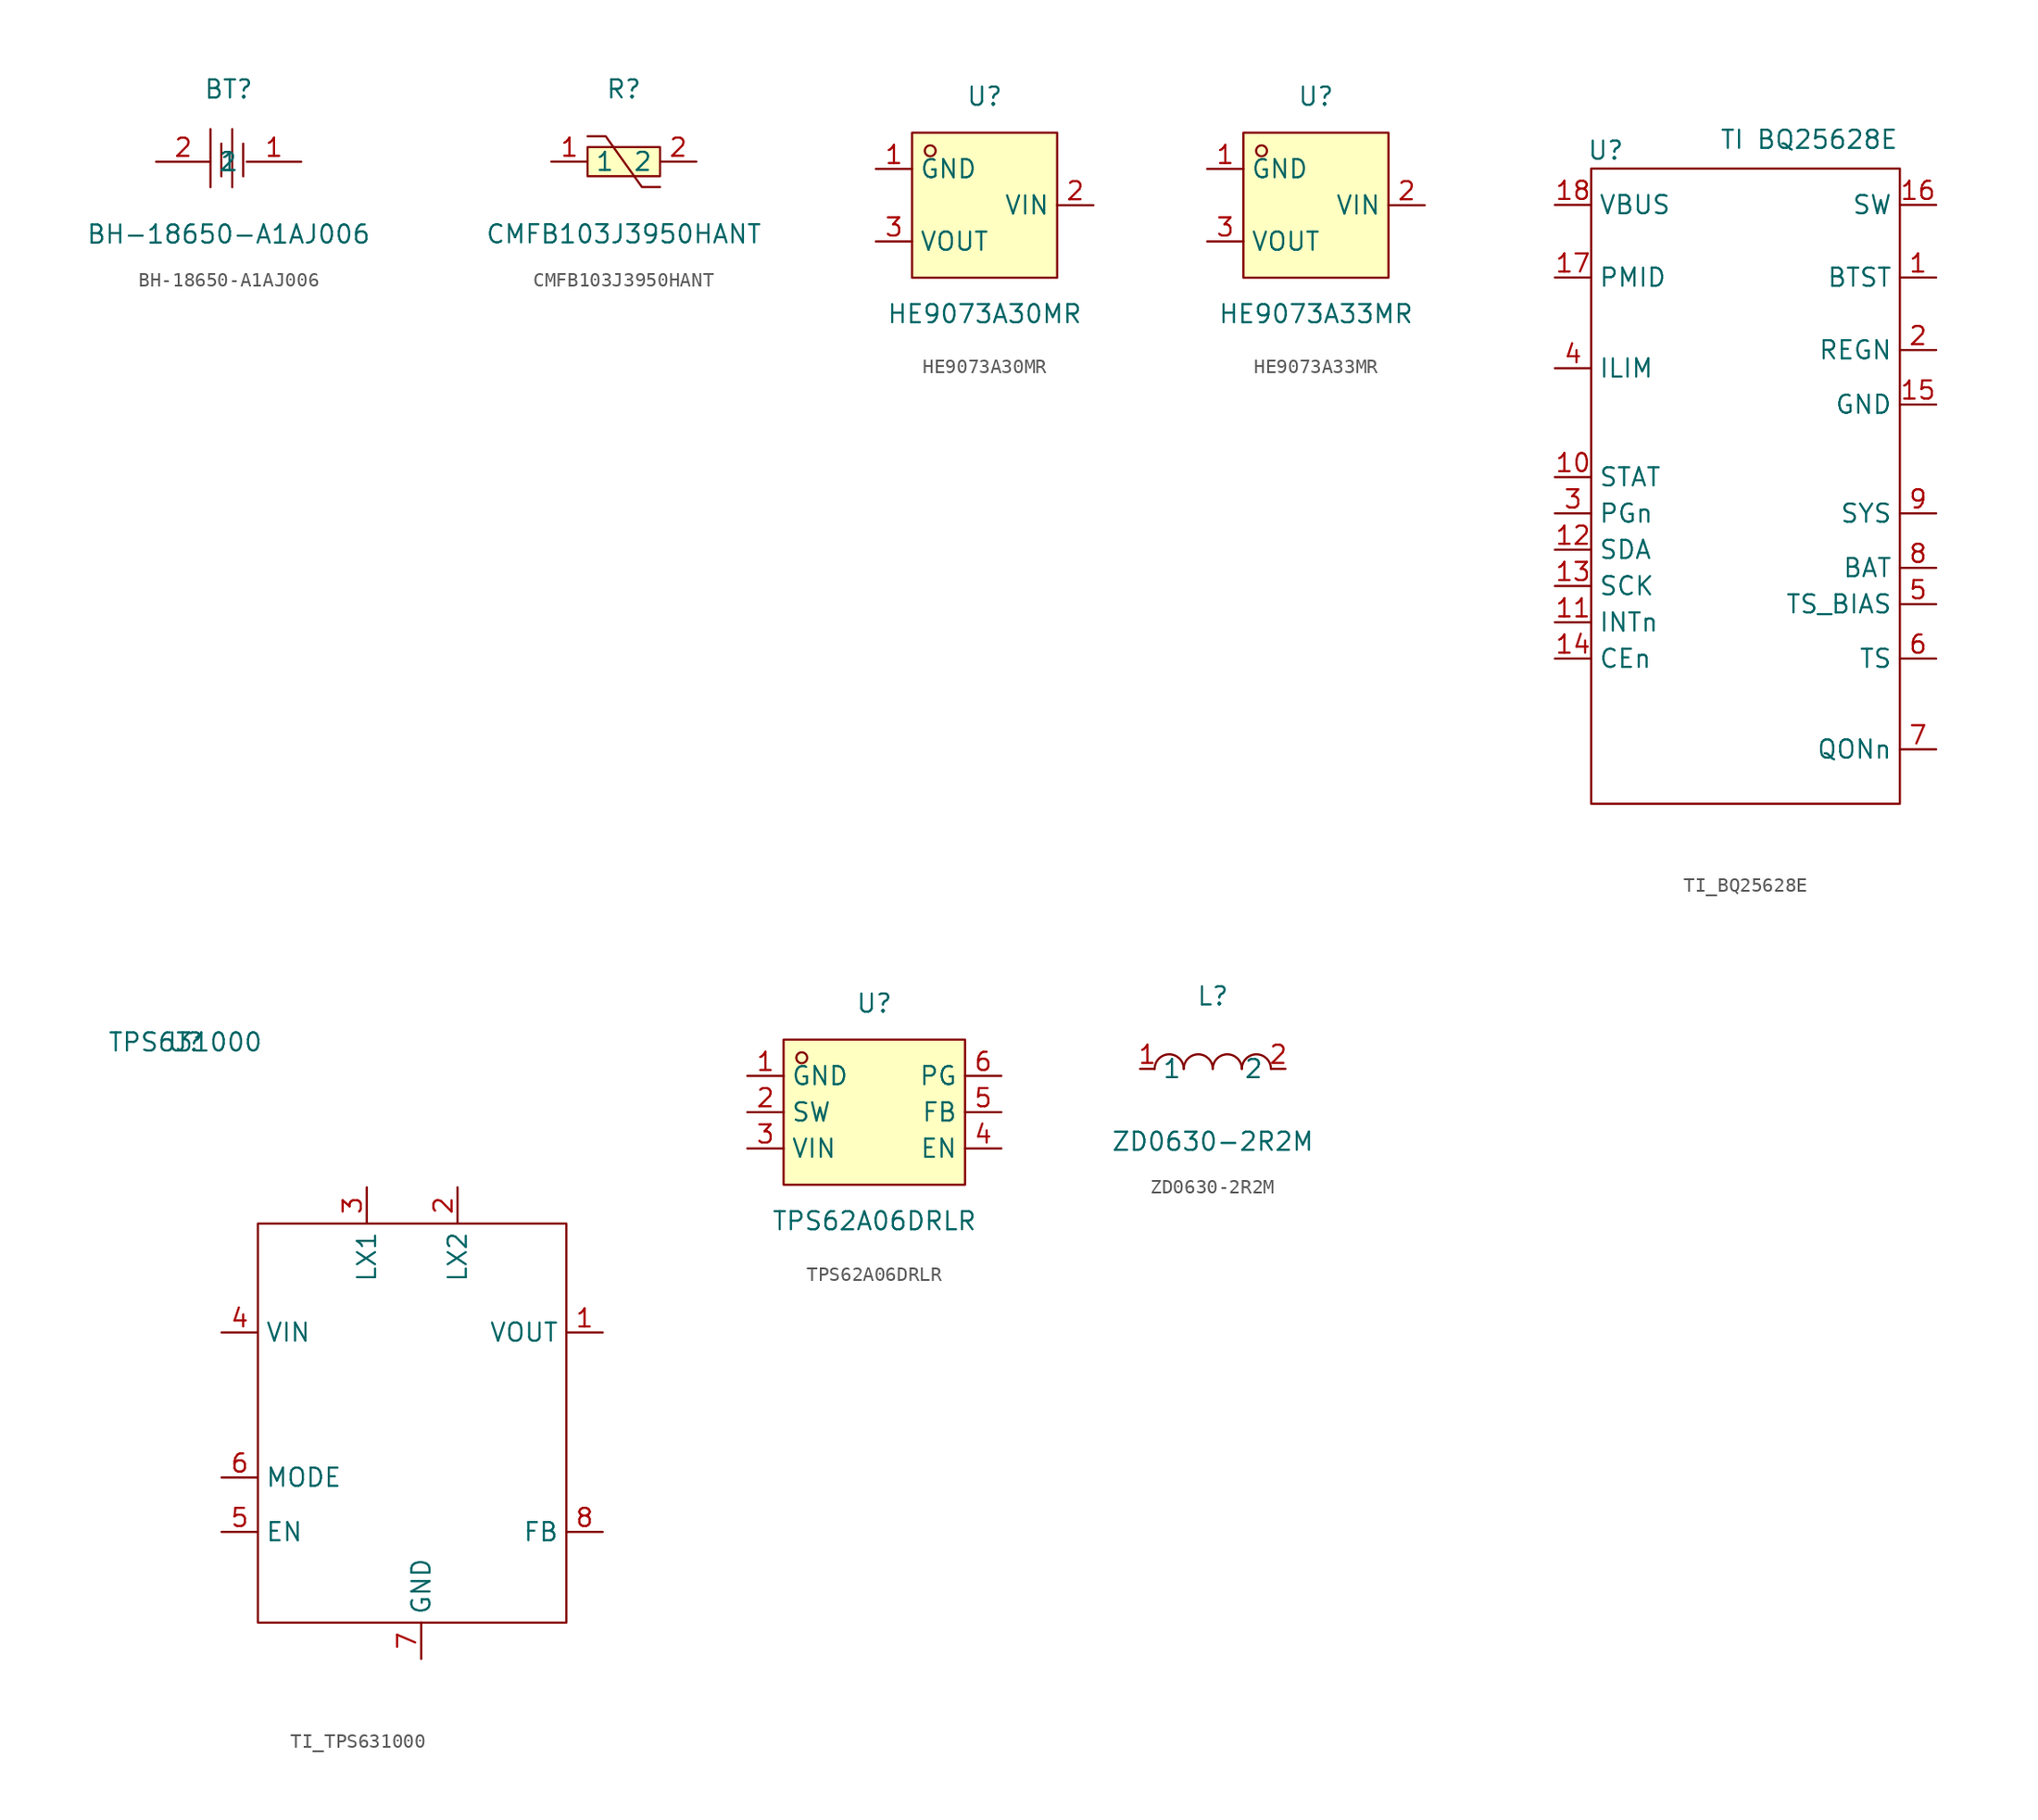
<source format=kicad_sym>
(kicad_symbol_lib
  (version 20241209)
  (generator "kicad_symbol_editor")
  (generator_version "9.0")
  (symbol "BH-18650-A1AJ006"
    (property "Reference" "BT"
      (at 0 5.08 0)
      (effects (font (size 1.27 1.27))))
    (property "Value" "BH-18650-A1AJ006"
      (at 0 -5.08 0)
      (effects (font (size 1.27 1.27))))
    (symbol "BH-18650-A1AJ006_0_1"
      (polyline (pts (xy -1.27 2.29) (xy -1.27 -1.78)) (stroke (width 0) (type default)) (fill (type none)))
      (polyline (pts (xy -0.51 1.27) (xy -0.51 -1.02)) (stroke (width 0) (type default)) (fill (type none)))
      (polyline (pts (xy 0.25 2.29) (xy 0.25 -1.78)) (stroke (width 0) (type default)) (fill (type none)))
      (polyline (pts (xy 1.02 1.27) (xy 1.02 -1.02)) (stroke (width 0) (type default)) (fill (type none)))
      (pin input line (at -5.08 0 0) (length 3.81) (name "2" (effects (font (size 1.27 1.27)))) (number "2" (effects (font (size 1.27 1.27)))))
      (pin input line (at 5.08 0 180) (length 3.81) (name "1" (effects (font (size 1.27 1.27)))) (number "1" (effects (font (size 1.27 1.27)))))))
  (symbol "CMFB103J3950HANT"
    (property "Reference" "R"
      (at 0 5.08 0)
      (effects (font (size 1.27 1.27))))
    (property "Value" "CMFB103J3950HANT"
      (at 0 -5.08 0)
      (effects (font (size 1.27 1.27))))
    (symbol "CMFB103J3950HANT_0_1"
      (polyline (pts (xy -2.54 1.78) (xy -1.27 1.78) (xy 1.27 -1.78) (xy 2.54 -1.78)) (stroke (width 0) (type default)) (fill (type none)))
      (rectangle (start -2.54 1.02) (end 2.54 -1.02) (stroke (width 0) (type default)) (fill (type background)))
      (pin unspecified line (at -5.08 0 0) (length 2.54) (name "1" (effects (font (size 1.27 1.27)))) (number "1" (effects (font (size 1.27 1.27)))))
      (pin unspecified line (at 5.08 0 180) (length 2.54) (name "2" (effects (font (size 1.27 1.27)))) (number "2" (effects (font (size 1.27 1.27)))))))
  (symbol "HE9073A30MR"
    (property "Reference" "U"
      (at 0 7.62 0)
      (effects (font (size 1.27 1.27))))
    (property "Value" "HE9073A30MR"
      (at 0 -7.62 0)
      (effects (font (size 1.27 1.27))))
    (symbol "HE9073A30MR_0_1"
      (rectangle (start -5.08 5.08) (end 5.08 -5.08) (stroke (width 0) (type default)) (fill (type background)))
      (circle (center -3.81 3.81) (radius 0.38) (stroke (width 0) (type default)) (fill (type none)))
      (pin unspecified line (at -7.62 2.54 0) (length 2.54) (name "GND" (effects (font (size 1.27 1.27)))) (number "1" (effects (font (size 1.27 1.27)))))
      (pin unspecified line (at -7.62 -2.54 0) (length 2.54) (name "VOUT" (effects (font (size 1.27 1.27)))) (number "3" (effects (font (size 1.27 1.27)))))
      (pin unspecified line (at 7.62 0 180) (length 2.54) (name "VIN" (effects (font (size 1.27 1.27)))) (number "2" (effects (font (size 1.27 1.27)))))))
  (symbol "HE9073A33MR"
    (property "Reference" "U"
      (at 0 7.62 0)
      (effects (font (size 1.27 1.27))))
    (property "Value" "HE9073A33MR"
      (at 0 -7.62 0)
      (effects (font (size 1.27 1.27))))
    (symbol "HE9073A33MR_0_1"
      (rectangle (start -5.08 5.08) (end 5.08 -5.08) (stroke (width 0) (type default)) (fill (type background)))
      (circle (center -3.81 3.81) (radius 0.38) (stroke (width 0) (type default)) (fill (type none)))
      (pin unspecified line (at -7.62 2.54 0) (length 2.54) (name "GND" (effects (font (size 1.27 1.27)))) (number "1" (effects (font (size 1.27 1.27)))))
      (pin unspecified line (at -7.62 -2.54 0) (length 2.54) (name "VOUT" (effects (font (size 1.27 1.27)))) (number "3" (effects (font (size 1.27 1.27)))))
      (pin unspecified line (at 7.62 0 180) (length 2.54) (name "VIN" (effects (font (size 1.27 1.27)))) (number "2" (effects (font (size 1.27 1.27)))))))
  (symbol "TI_BQ25628E"
    (property "Reference" "U"
      (at 7.366 -1.27 0)
      (effects (font (size 1.27 1.27))))
    (property "Value" "TI BQ25628E"
      (at 21.59 -0.508 0)
      (effects (font (size 1.27 1.27))))
    (symbol "TI_BQ25628E_0_1"
      (rectangle (start 6.35 -2.54) (end 27.94 -46.99) (stroke (width 0) (type default)) (fill (type none))))
    (symbol "TI_BQ25628E_1_1"
      (pin passive line (at 3.81 -5.08 0) (length 2.54) (name "VBUS" (effects (font (size 1.27 1.27)))) (number "18" (effects (font (size 1.27 1.27)))))
      (pin passive line (at 3.81 -10.16 0) (length 2.54) (name "PMID" (effects (font (size 1.27 1.27)))) (number "17" (effects (font (size 1.27 1.27)))))
      (pin passive line (at 3.81 -16.51 0) (length 2.54) (name "ILIM" (effects (font (size 1.27 1.27)))) (number "4" (effects (font (size 1.27 1.27)))))
      (pin passive line (at 3.81 -24.13 0) (length 2.54) (name "STAT" (effects (font (size 1.27 1.27)))) (number "10" (effects (font (size 1.27 1.27)))))
      (pin passive line (at 3.81 -26.67 0) (length 2.54) (name "PGn" (effects (font (size 1.27 1.27)))) (number "3" (effects (font (size 1.27 1.27)))))
      (pin passive line (at 3.81 -29.21 0) (length 2.54) (name "SDA" (effects (font (size 1.27 1.27)))) (number "12" (effects (font (size 1.27 1.27)))))
      (pin passive line (at 3.81 -31.75 0) (length 2.54) (name "SCK" (effects (font (size 1.27 1.27)))) (number "13" (effects (font (size 1.27 1.27)))))
      (pin passive line (at 3.81 -34.29 0) (length 2.54) (name "INTn" (effects (font (size 1.27 1.27)))) (number "11" (effects (font (size 1.27 1.27)))))
      (pin passive line (at 3.81 -36.83 0) (length 2.54) (name "CEn" (effects (font (size 1.27 1.27)))) (number "14" (effects (font (size 1.27 1.27)))))
      (pin passive line (at 30.48 -5.08 180) (length 2.54) (name "SW" (effects (font (size 1.27 1.27)))) (number "16" (effects (font (size 1.27 1.27)))))
      (pin passive line (at 30.48 -10.16 180) (length 2.54) (name "BTST" (effects (font (size 1.27 1.27)))) (number "1" (effects (font (size 1.27 1.27)))))
      (pin passive line (at 30.48 -15.24 180) (length 2.54) (name "REGN" (effects (font (size 1.27 1.27)))) (number "2" (effects (font (size 1.27 1.27)))))
      (pin passive line (at 30.48 -19.05 180) (length 2.54) (name "GND" (effects (font (size 1.27 1.27)))) (number "15" (effects (font (size 1.27 1.27)))))
      (pin passive line (at 30.48 -26.67 180) (length 2.54) (name "SYS" (effects (font (size 1.27 1.27)))) (number "9" (effects (font (size 1.27 1.27)))))
      (pin passive line (at 30.48 -30.48 180) (length 2.54) (name "BAT" (effects (font (size 1.27 1.27)))) (number "8" (effects (font (size 1.27 1.27)))))
      (pin passive line (at 30.48 -33.02 180) (length 2.54) (name "TS_BIAS" (effects (font (size 1.27 1.27)))) (number "5" (effects (font (size 1.27 1.27)))))
      (pin passive line (at 30.48 -36.83 180) (length 2.54) (name "TS" (effects (font (size 1.27 1.27)))) (number "6" (effects (font (size 1.27 1.27)))))
      (pin passive line (at 30.48 -43.18 180) (length 2.54) (name "QONn" (effects (font (size 1.27 1.27)))) (number "7" (effects (font (size 1.27 1.27)))))))
  (symbol "TI_TPS631000"
    (property "Reference" "U"
      (at 0 0 0)
      (effects (font (size 1.27 1.27))))
    (property "Value" "TPS631000"
      (at 0 0 0)
      (effects (font (size 1.27 1.27))))
    (symbol "TI_TPS631000_0_1"
      (rectangle (start 5.08 -12.7) (end 26.67 -40.64) (stroke (width 0) (type default)) (fill (type none))))
    (symbol "TI_TPS631000_1_1"
      (pin passive line (at 2.54 -20.32 0) (length 2.54) (name "VIN" (effects (font (size 1.27 1.27)))) (number "4" (effects (font (size 1.27 1.27)))))
      (pin passive line (at 2.54 -30.48 0) (length 2.54) (name "MODE" (effects (font (size 1.27 1.27)))) (number "6" (effects (font (size 1.27 1.27)))))
      (pin passive line (at 2.54 -34.29 0) (length 2.54) (name "EN" (effects (font (size 1.27 1.27)))) (number "5" (effects (font (size 1.27 1.27)))))
      (pin passive line (at 12.7 -10.16 270) (length 2.54) (name "LX1" (effects (font (size 1.27 1.27)))) (number "3" (effects (font (size 1.27 1.27)))))
      (pin passive line (at 16.51 -43.18 90) (length 2.54) (name "GND" (effects (font (size 1.27 1.27)))) (number "7" (effects (font (size 1.27 1.27)))))
      (pin passive line (at 19.05 -10.16 270) (length 2.54) (name "LX2" (effects (font (size 1.27 1.27)))) (number "2" (effects (font (size 1.27 1.27)))))
      (pin passive line (at 29.21 -20.32 180) (length 2.54) (name "VOUT" (effects (font (size 1.27 1.27)))) (number "1" (effects (font (size 1.27 1.27)))))
      (pin passive line (at 29.21 -34.29 180) (length 2.54) (name "FB" (effects (font (size 1.27 1.27)))) (number "8" (effects (font (size 1.27 1.27)))))))
  (symbol "TPS62A06DRLR"
    (property "Reference" "U"
      (at 0 7.62 0)
      (effects (font (size 1.27 1.27))))
    (property "Value" "TPS62A06DRLR"
      (at 0 -7.62 0)
      (effects (font (size 1.27 1.27))))
    (symbol "TPS62A06DRLR_0_1"
      (rectangle (start -6.35 5.08) (end 6.35 -5.08) (stroke (width 0) (type default)) (fill (type background)))
      (circle (center -5.08 3.81) (radius 0.38) (stroke (width 0) (type default)) (fill (type none)))
      (pin unspecified line (at -8.89 2.54 0) (length 2.54) (name "GND" (effects (font (size 1.27 1.27)))) (number "1" (effects (font (size 1.27 1.27)))))
      (pin unspecified line (at -8.89 0 0) (length 2.54) (name "SW" (effects (font (size 1.27 1.27)))) (number "2" (effects (font (size 1.27 1.27)))))
      (pin unspecified line (at -8.89 -2.54 0) (length 2.54) (name "VIN" (effects (font (size 1.27 1.27)))) (number "3" (effects (font (size 1.27 1.27)))))
      (pin unspecified line (at 8.89 2.54 180) (length 2.54) (name "PG" (effects (font (size 1.27 1.27)))) (number "6" (effects (font (size 1.27 1.27)))))
      (pin unspecified line (at 8.89 0 180) (length 2.54) (name "FB" (effects (font (size 1.27 1.27)))) (number "5" (effects (font (size 1.27 1.27)))))
      (pin unspecified line (at 8.89 -2.54 180) (length 2.54) (name "EN" (effects (font (size 1.27 1.27)))) (number "4" (effects (font (size 1.27 1.27)))))))
  (symbol "ZD0630-2R2M"
    (property "Reference" "L"
      (at 0 5.08 0)
      (effects (font (size 1.27 1.27))))
    (property "Value" "ZD0630-2R2M"
      (at 0 -5.08 0)
      (effects (font (size 1.27 1.27))))
    (symbol "ZD0630-2R2M_0_1"
      (arc (start -4.06 -0.01) (mid -2.83 0.99) (end -2.03 0.01) (stroke (width 0) (type default)) (fill (type none)))
      (arc (start -2.03 -0.01) (mid -0.8 0.99) (end 0 0.01) (stroke (width 0) (type default)) (fill (type none)))
      (arc (start 0 -0.01) (mid 1.23 0.99) (end 2.03 0.01) (stroke (width 0) (type default)) (fill (type none)))
      (arc (start 2.03 -0.01) (mid 3.26 0.99) (end 4.06 0.01) (stroke (width 0) (type default)) (fill (type none)))
      (pin unspecified line (at -5.08 0 0) (length 1.016) (name "1" (effects (font (size 1.27 1.27)))) (number "1" (effects (font (size 1.27 1.27)))))
      (pin unspecified line (at 5.08 0 180) (length 1.016) (name "2" (effects (font (size 1.27 1.27)))) (number "2" (effects (font (size 1.27 1.27))))))))
</source>
